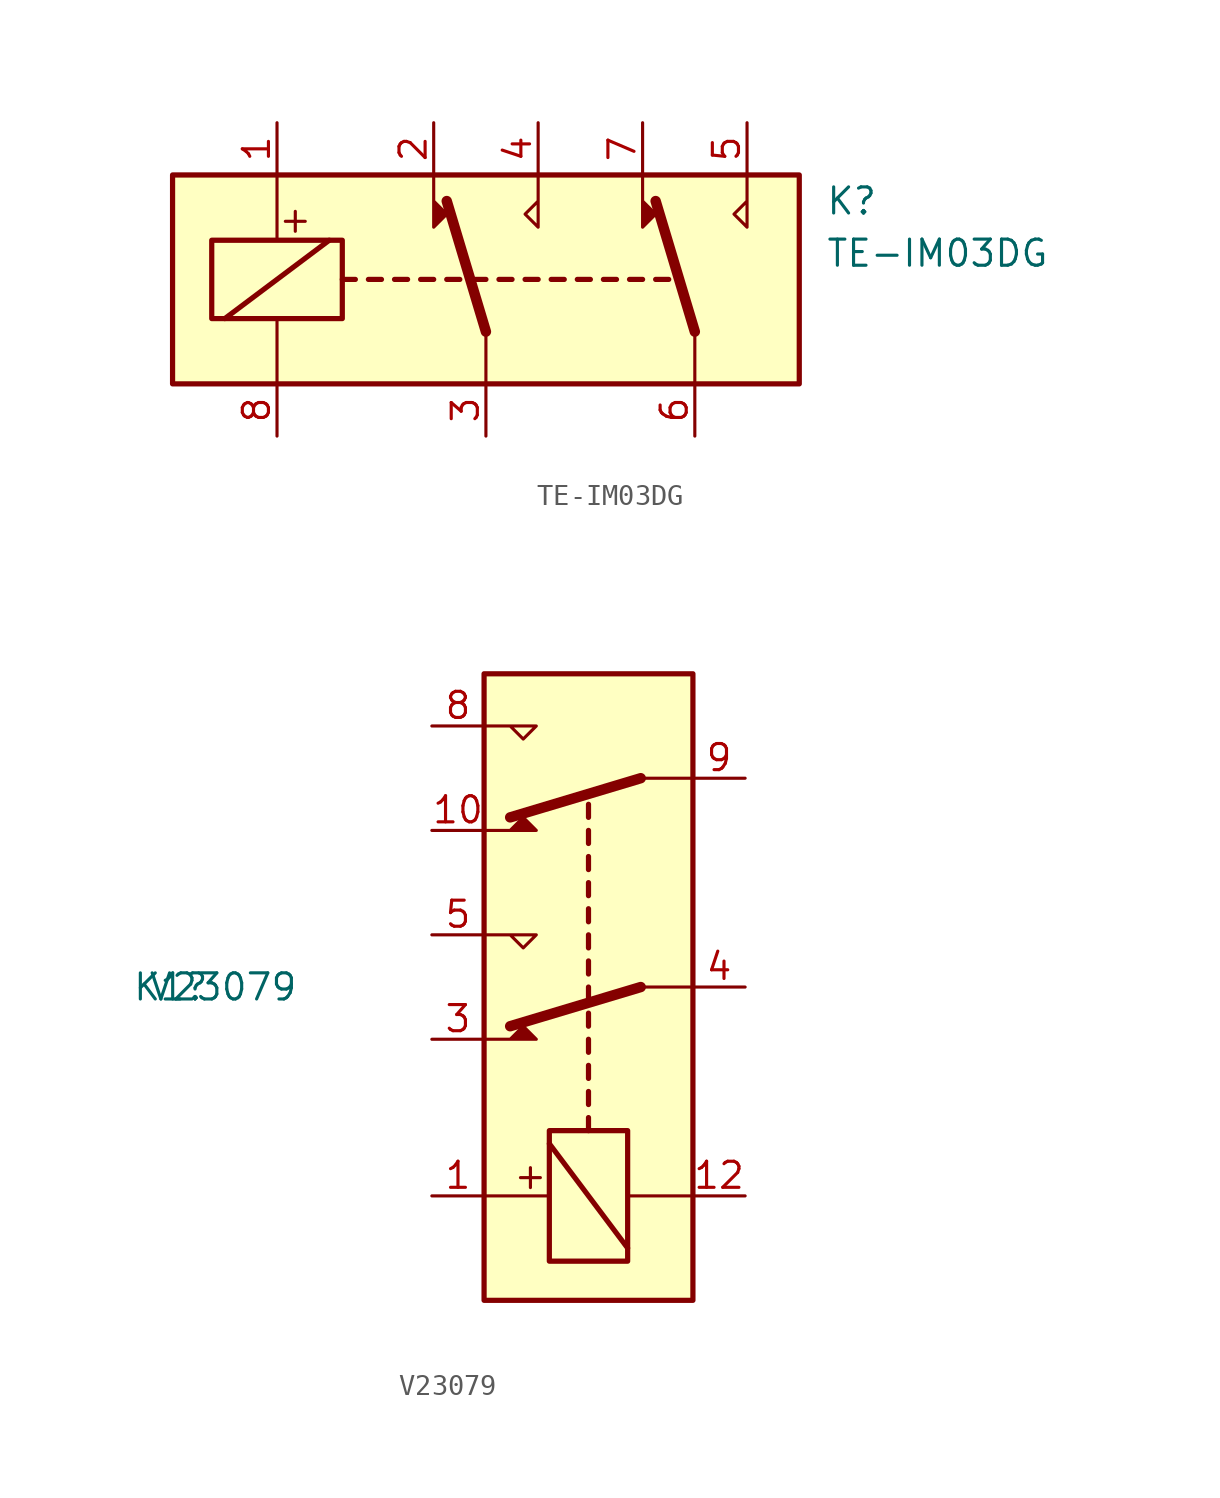
<source format=kicad_sym>
(kicad_symbol_lib
  (version 20211014)
  (generator kicad_symbol_editor)
  (symbol "TE-IM03DG"
    (property "Reference" "K"
      (at 16.51 3.81 0)
      (effects (font (size 1.27 1.27)) (justify left)))
    (property "Value" "TE-IM03DG"
      (at 16.51 1.27 0)
      (effects (font (size 1.27 1.27)) (justify left)))
    (symbol "TE-IM03DG_0_0"
      (text "+" (at -9.271 2.921 0) (effects (font (size 1.27 1.27)))))
    (symbol "TE-IM03DG_0_1"
      (rectangle (start -15.24 5.08) (end 15.24 -5.08) (stroke (width 0.254) (type default) (color 0 0 0 0)) (fill (type background)))
      (rectangle (start -13.335 1.905) (end -6.985 -1.905) (stroke (width 0.254) (type default) (color 0 0 0 0)) (fill (type none)))
      (polyline (pts (xy -12.7 -1.905) (xy -7.62 1.905)) (stroke (width 0.254) (type default) (color 0 0 0 0)) (fill (type none)))
      (polyline (pts (xy -10.16 -5.08) (xy -10.16 -1.905)) (stroke (width 0) (type default) (color 0 0 0 0)) (fill (type none)))
      (polyline (pts (xy -10.16 5.08) (xy -10.16 1.905)) (stroke (width 0) (type default) (color 0 0 0 0)) (fill (type none)))
      (polyline (pts (xy -6.985 0) (xy -6.35 0)) (stroke (width 0.254) (type default) (color 0 0 0 0)) (fill (type none)))
      (polyline (pts (xy -5.715 0) (xy -5.08 0)) (stroke (width 0.254) (type default) (color 0 0 0 0)) (fill (type none)))
      (polyline (pts (xy -4.445 0) (xy -3.81 0)) (stroke (width 0.254) (type default) (color 0 0 0 0)) (fill (type none)))
      (polyline (pts (xy -3.175 0) (xy -2.54 0)) (stroke (width 0.254) (type default) (color 0 0 0 0)) (fill (type none)))
      (polyline (pts (xy -1.905 0) (xy -1.27 0)) (stroke (width 0.254) (type default) (color 0 0 0 0)) (fill (type none)))
      (polyline (pts (xy -0.635 0) (xy 0 0)) (stroke (width 0.254) (type default) (color 0 0 0 0)) (fill (type none)))
      (polyline (pts (xy 0 -2.54) (xy -1.905 3.81)) (stroke (width 0.508) (type default) (color 0 0 0 0)) (fill (type none)))
      (polyline (pts (xy 0 -2.54) (xy 0 -5.08)) (stroke (width 0) (type default) (color 0 0 0 0)) (fill (type none)))
      (polyline (pts (xy 0.635 0) (xy 1.27 0)) (stroke (width 0.254) (type default) (color 0 0 0 0)) (fill (type none)))
      (polyline (pts (xy 1.905 0) (xy 2.54 0)) (stroke (width 0.254) (type default) (color 0 0 0 0)) (fill (type none)))
      (polyline (pts (xy 3.175 0) (xy 3.81 0)) (stroke (width 0.254) (type default) (color 0 0 0 0)) (fill (type none)))
      (polyline (pts (xy 4.445 0) (xy 5.08 0)) (stroke (width 0.254) (type default) (color 0 0 0 0)) (fill (type none)))
      (polyline (pts (xy 5.715 0) (xy 6.35 0)) (stroke (width 0.254) (type default) (color 0 0 0 0)) (fill (type none)))
      (polyline (pts (xy 6.985 0) (xy 7.62 0)) (stroke (width 0.254) (type default) (color 0 0 0 0)) (fill (type none)))
      (polyline (pts (xy 8.255 0) (xy 8.89 0)) (stroke (width 0.254) (type default) (color 0 0 0 0)) (fill (type none)))
      (polyline (pts (xy 10.16 -2.54) (xy 8.255 3.81)) (stroke (width 0.508) (type default) (color 0 0 0 0)) (fill (type none)))
      (polyline (pts (xy 10.16 -2.54) (xy 10.16 -5.08)) (stroke (width 0) (type default) (color 0 0 0 0)) (fill (type none)))
      (polyline (pts (xy -2.54 5.08) (xy -2.54 2.54) (xy -1.905 3.175) (xy -2.54 3.81)) (stroke (width 0) (type default) (color 0 0 0 0)) (fill (type outline)))
      (polyline (pts (xy 2.54 5.08) (xy 2.54 2.54) (xy 1.905 3.175) (xy 2.54 3.81)) (stroke (width 0) (type default) (color 0 0 0 0)) (fill (type none)))
      (polyline (pts (xy 7.62 5.08) (xy 7.62 2.54) (xy 8.255 3.175) (xy 7.62 3.81)) (stroke (width 0) (type default) (color 0 0 0 0)) (fill (type outline)))
      (polyline (pts (xy 12.7 5.08) (xy 12.7 2.54) (xy 12.065 3.175) (xy 12.7 3.81)) (stroke (width 0) (type default) (color 0 0 0 0)) (fill (type none))))
    (symbol "TE-IM03DG_1_1"
      (pin passive line (at -10.16 7.62 270) (length 2.54) (name "~" (effects (font (size 1.27 1.27)))) (number "1" (effects (font (size 1.27 1.27)))))
      (pin passive line (at -2.54 7.62 270) (length 2.54) (name "~" (effects (font (size 1.27 1.27)))) (number "2" (effects (font (size 1.27 1.27)))))
      (pin passive line (at 0 -7.62 90) (length 2.54) (name "~" (effects (font (size 1.27 1.27)))) (number "3" (effects (font (size 1.27 1.27)))))
      (pin passive line (at 2.54 7.62 270) (length 2.54) (name "~" (effects (font (size 1.27 1.27)))) (number "4" (effects (font (size 1.27 1.27)))))
      (pin passive line (at 12.7 7.62 270) (length 2.54) (name "~" (effects (font (size 1.27 1.27)))) (number "5" (effects (font (size 1.27 1.27)))))
      (pin passive line (at 10.16 -7.62 90) (length 2.54) (name "~" (effects (font (size 1.27 1.27)))) (number "6" (effects (font (size 1.27 1.27)))))
      (pin passive line (at 7.62 7.62 270) (length 2.54) (name "~" (effects (font (size 1.27 1.27)))) (number "7" (effects (font (size 1.27 1.27)))))
      (pin passive line (at -10.16 -7.62 90) (length 2.54) (name "~" (effects (font (size 1.27 1.27)))) (number "8" (effects (font (size 1.27 1.27)))))))
  (symbol "V23079"
    (property "Reference" "K1"
      (at -20.32 -0.635 0)
      (effects (font (size 1.27 1.27))))
    (property "Value" "V23079"
      (at -17.78 -0.635 0)
      (effects (font (size 1.27 1.27))))
    (symbol "V23079_0_0"
      (text "+" (at -2.921 -9.906 900) (effects (font (size 1.27 1.27)))))
    (symbol "V23079_0_1"
      (rectangle (start -5.08 -15.875) (end 5.08 14.605) (stroke (width 0.254) (type default) (color 0 0 0 0)) (fill (type background)))
      (rectangle (start -1.905 -13.97) (end 1.905 -7.62) (stroke (width 0.254) (type default) (color 0 0 0 0)) (fill (type none)))
      (polyline (pts (xy -5.08 -10.795) (xy -1.905 -10.795)) (stroke (width 0) (type default) (color 0 0 0 0)) (fill (type none)))
      (polyline (pts (xy 0 -7.62) (xy 0 -6.985)) (stroke (width 0.254) (type default) (color 0 0 0 0)) (fill (type none)))
      (polyline (pts (xy 0 -6.35) (xy 0 -5.715)) (stroke (width 0.254) (type default) (color 0 0 0 0)) (fill (type none)))
      (polyline (pts (xy 0 -5.08) (xy 0 -4.445)) (stroke (width 0.254) (type default) (color 0 0 0 0)) (fill (type none)))
      (polyline (pts (xy 0 -3.81) (xy 0 -3.175)) (stroke (width 0.254) (type default) (color 0 0 0 0)) (fill (type none)))
      (polyline (pts (xy 0 -2.54) (xy 0 -1.905)) (stroke (width 0.254) (type default) (color 0 0 0 0)) (fill (type none)))
      (polyline (pts (xy 0 -1.27) (xy 0 -0.635)) (stroke (width 0.254) (type default) (color 0 0 0 0)) (fill (type none)))
      (polyline (pts (xy 0 0) (xy 0 0.635)) (stroke (width 0.254) (type default) (color 0 0 0 0)) (fill (type none)))
      (polyline (pts (xy 0 1.27) (xy 0 1.905)) (stroke (width 0.254) (type default) (color 0 0 0 0)) (fill (type none)))
      (polyline (pts (xy 0 2.54) (xy 0 3.175)) (stroke (width 0.254) (type default) (color 0 0 0 0)) (fill (type none)))
      (polyline (pts (xy 0 3.81) (xy 0 4.445)) (stroke (width 0.254) (type default) (color 0 0 0 0)) (fill (type none)))
      (polyline (pts (xy 0 5.08) (xy 0 5.715)) (stroke (width 0.254) (type default) (color 0 0 0 0)) (fill (type none)))
      (polyline (pts (xy 0 6.35) (xy 0 6.985)) (stroke (width 0.254) (type default) (color 0 0 0 0)) (fill (type none)))
      (polyline (pts (xy 0 7.62) (xy 0 8.255)) (stroke (width 0.254) (type default) (color 0 0 0 0)) (fill (type none)))
      (polyline (pts (xy 1.905 -13.335) (xy -1.905 -8.255)) (stroke (width 0.254) (type default) (color 0 0 0 0)) (fill (type none)))
      (polyline (pts (xy 2.54 -0.635) (xy -3.81 -2.54)) (stroke (width 0.508) (type default) (color 0 0 0 0)) (fill (type none)))
      (polyline (pts (xy 2.54 -0.635) (xy 5.08 -0.635)) (stroke (width 0) (type default) (color 0 0 0 0)) (fill (type none)))
      (polyline (pts (xy 2.54 9.525) (xy -3.81 7.62)) (stroke (width 0.508) (type default) (color 0 0 0 0)) (fill (type none)))
      (polyline (pts (xy 2.54 9.525) (xy 5.08 9.525)) (stroke (width 0) (type default) (color 0 0 0 0)) (fill (type none)))
      (polyline (pts (xy 5.08 -10.795) (xy 1.905 -10.795)) (stroke (width 0) (type default) (color 0 0 0 0)) (fill (type none)))
      (polyline (pts (xy -5.08 -3.175) (xy -2.54 -3.175) (xy -3.175 -2.54) (xy -3.81 -3.175)) (stroke (width 0) (type default) (color 0 0 0 0)) (fill (type outline)))
      (polyline (pts (xy -5.08 1.905) (xy -2.54 1.905) (xy -3.175 1.27) (xy -3.81 1.905)) (stroke (width 0) (type default) (color 0 0 0 0)) (fill (type none)))
      (polyline (pts (xy -5.08 6.985) (xy -2.54 6.985) (xy -3.175 7.62) (xy -3.81 6.985)) (stroke (width 0) (type default) (color 0 0 0 0)) (fill (type outline)))
      (polyline (pts (xy -5.08 12.065) (xy -2.54 12.065) (xy -3.175 11.43) (xy -3.81 12.065)) (stroke (width 0) (type default) (color 0 0 0 0)) (fill (type none))))
    (symbol "V23079_1_1"
      (pin passive line (at -7.62 -10.795 0) (length 2.54) (name "~" (effects (font (size 1.27 1.27)))) (number "1" (effects (font (size 1.27 1.27)))))
      (pin passive line (at -7.62 6.985 0) (length 2.54) (name "~" (effects (font (size 1.27 1.27)))) (number "10" (effects (font (size 1.27 1.27)))))
      (pin passive line (at 7.62 -10.795 180) (length 2.54) (name "~" (effects (font (size 1.27 1.27)))) (number "12" (effects (font (size 1.27 1.27)))))
      (pin passive line (at -7.62 -3.175 0) (length 2.54) (name "~" (effects (font (size 1.27 1.27)))) (number "3" (effects (font (size 1.27 1.27)))))
      (pin passive line (at 7.62 -0.635 180) (length 2.54) (name "~" (effects (font (size 1.27 1.27)))) (number "4" (effects (font (size 1.27 1.27)))))
      (pin passive line (at -7.62 1.905 0) (length 2.54) (name "~" (effects (font (size 1.27 1.27)))) (number "5" (effects (font (size 1.27 1.27)))))
      (pin passive line (at -7.62 12.065 0) (length 2.54) (name "~" (effects (font (size 1.27 1.27)))) (number "8" (effects (font (size 1.27 1.27)))))
      (pin passive line (at 7.62 9.525 180) (length 2.54) (name "~" (effects (font (size 1.27 1.27)))) (number "9" (effects (font (size 1.27 1.27))))))))
</source>
